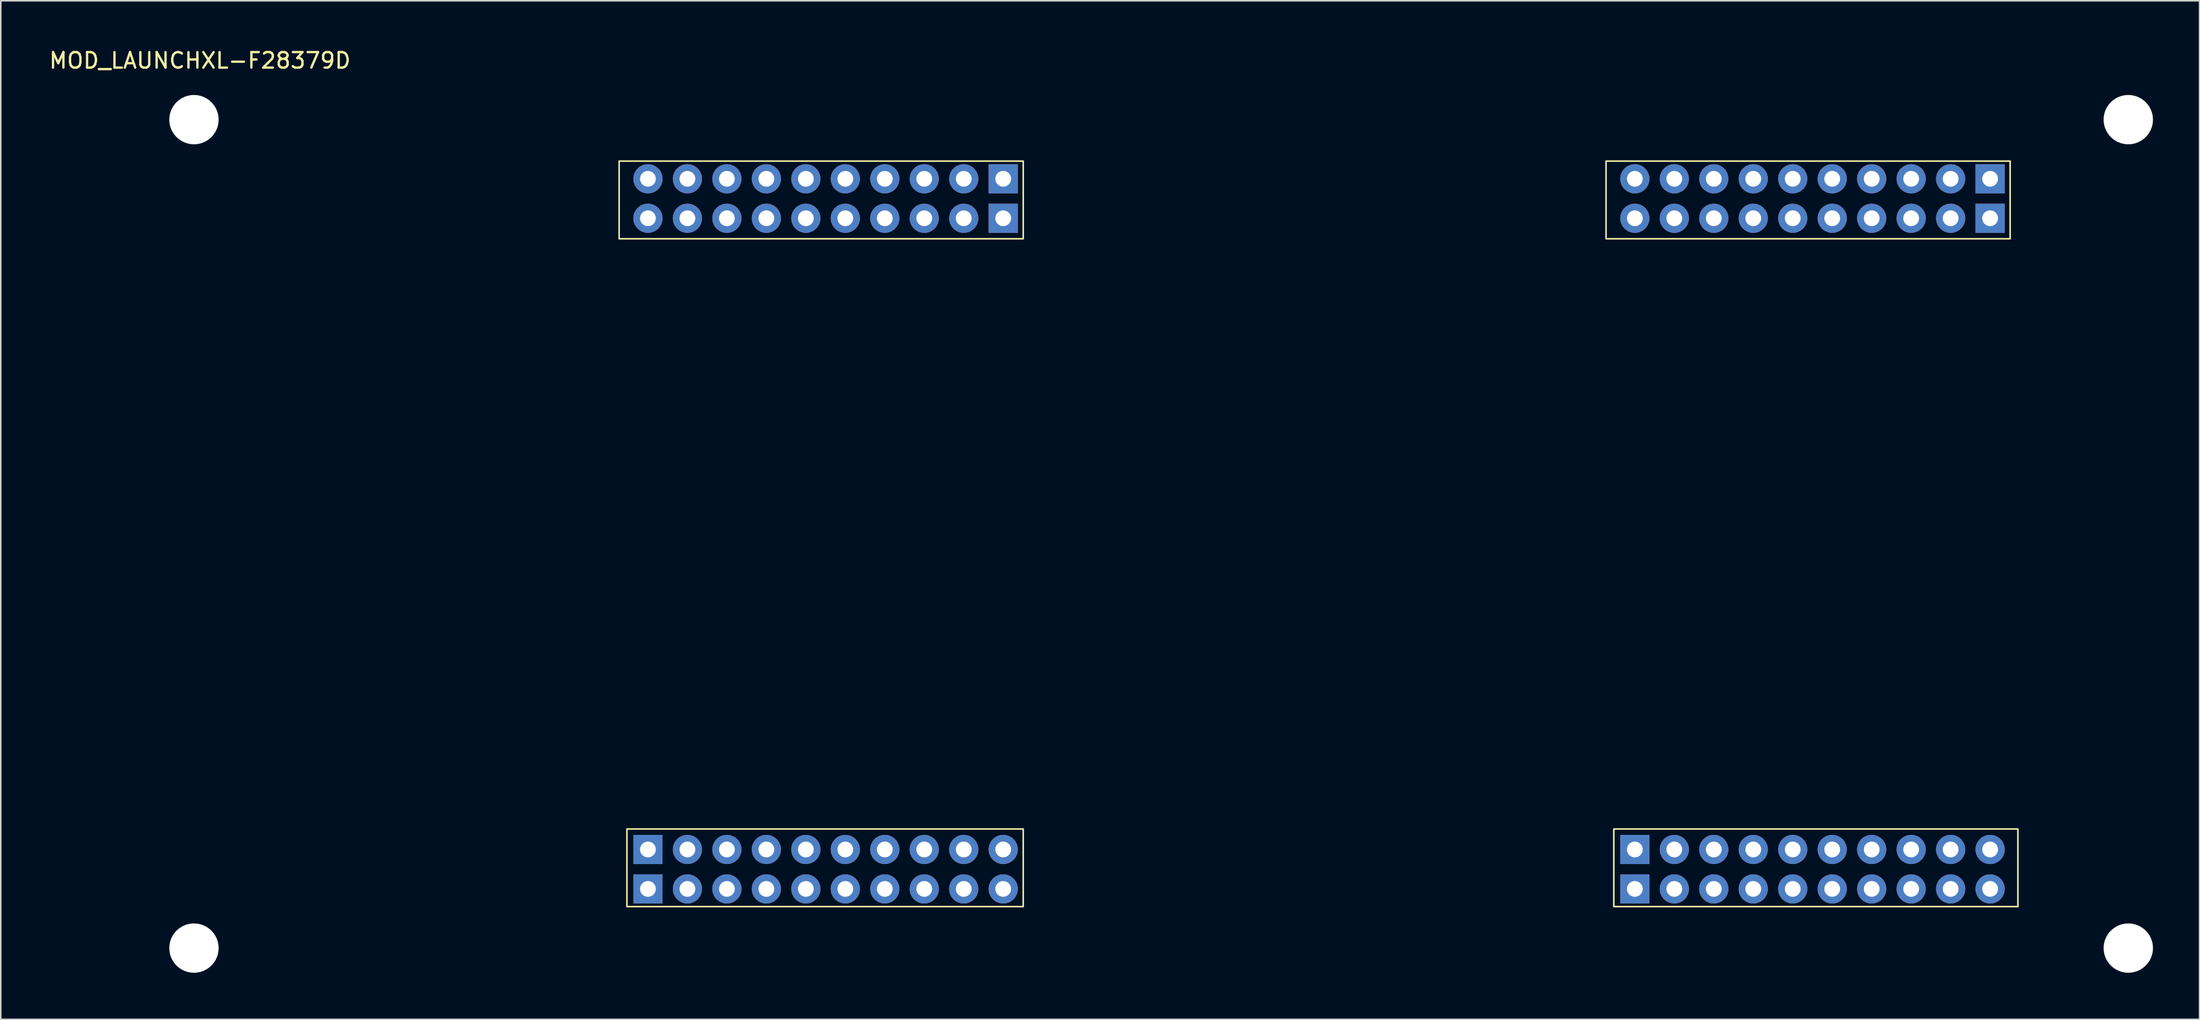
<source format=kicad_pcb>
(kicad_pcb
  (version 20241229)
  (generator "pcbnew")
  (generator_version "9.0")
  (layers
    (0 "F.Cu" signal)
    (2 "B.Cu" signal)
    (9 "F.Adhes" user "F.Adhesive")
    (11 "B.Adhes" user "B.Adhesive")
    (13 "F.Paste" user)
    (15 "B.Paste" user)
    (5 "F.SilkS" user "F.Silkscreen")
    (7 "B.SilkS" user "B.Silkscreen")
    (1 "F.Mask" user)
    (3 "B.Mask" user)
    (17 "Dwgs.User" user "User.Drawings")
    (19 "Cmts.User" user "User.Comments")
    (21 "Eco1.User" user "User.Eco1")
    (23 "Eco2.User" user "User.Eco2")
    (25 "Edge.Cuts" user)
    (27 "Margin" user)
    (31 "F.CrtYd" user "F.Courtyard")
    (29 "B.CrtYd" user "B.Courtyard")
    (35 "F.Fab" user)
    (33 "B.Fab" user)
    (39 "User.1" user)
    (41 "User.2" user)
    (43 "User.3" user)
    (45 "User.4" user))
  (footprint "MOD_LAUNCHXL-F28379D"
    (layer "F.Cu")
    (at 71.787 31.323)
    (property "Reference" "MOD_LAUNCHXL-F28379D" (at -61.972 -30.475 0) (layer "F.SilkS") (effects (font (size 1 1) (thickness 0.15))))
    (attr through_hole)
    (fp_rect (start -35 -24) (end -9 -19) (stroke (width 0.1) (type default)) (fill no) (layer "F.SilkS"))
    (fp_rect (start -34.5 19) (end -9 24) (stroke (width 0.1) (type default)) (fill no) (layer "F.SilkS"))
    (fp_rect (start 28.5 -24) (end 54.5 -19) (stroke (width 0.1) (type default)) (fill no) (layer "F.SilkS"))
    (fp_rect (start 29 19) (end 55 24) (stroke (width 0.1) (type default)) (fill no) (layer "F.SilkS"))
    (pad "" np_thru_hole circle (at -62.357 -26.67) (size 3.175 3.175) (drill 3.175) (layers "*.Cu" "*.Mask"))
    (pad "" np_thru_hole circle (at -62.357 26.67) (size 3.175 3.175) (drill 3.175) (layers "*.Cu" "*.Mask"))
    (pad "" np_thru_hole circle (at 62.103 -26.67) (size 3.175 3.175) (drill 3.175) (layers "*.Cu" "*.Mask"))
    (pad "" np_thru_hole circle (at 62.103 26.67) (size 3.175 3.175) (drill 3.175) (layers "*.Cu" "*.Mask"))
    (pad "J1_1" thru_hole rect (at -33.147 22.86) (size 1.88 1.88) (drill 1.016) (layers "*.Cu" "*.Mask"))
    (pad "J1_2" thru_hole circle (at -30.607 22.86) (size 1.88 1.88) (drill 1.016) (layers "*.Cu" "*.Mask"))
    (pad "J1_3" thru_hole circle (at -28.067 22.86) (size 1.88 1.88) (drill 1.016) (layers "*.Cu" "*.Mask"))
    (pad "J1_4" thru_hole circle (at -25.527 22.86) (size 1.88 1.88) (drill 1.016) (layers "*.Cu" "*.Mask"))
    (pad "J1_5" thru_hole circle (at -22.987 22.86) (size 1.88 1.88) (drill 1.016) (layers "*.Cu" "*.Mask"))
    (pad "J1_6" thru_hole circle (at -20.447 22.86) (size 1.88 1.88) (drill 1.016) (layers "*.Cu" "*.Mask"))
    (pad "J1_7" thru_hole circle (at -17.907 22.86) (size 1.88 1.88) (drill 1.016) (layers "*.Cu" "*.Mask"))
    (pad "J1_8" thru_hole circle (at -15.367 22.86) (size 1.88 1.88) (drill 1.016) (layers "*.Cu" "*.Mask"))
    (pad "J1_9" thru_hole circle (at -12.827 22.86) (size 1.88 1.88) (drill 1.016) (layers "*.Cu" "*.Mask"))
    (pad "J1_10" thru_hole circle (at -10.287 22.86) (size 1.88 1.88) (drill 1.016) (layers "*.Cu" "*.Mask"))
    (pad "J2_1" thru_hole rect (at -10.287 -22.86) (size 1.88 1.88) (drill 1.016) (layers "*.Cu" "*.Mask"))
    (pad "J2_2" thru_hole circle (at -12.827 -22.86) (size 1.88 1.88) (drill 1.016) (layers "*.Cu" "*.Mask"))
    (pad "J2_3" thru_hole circle (at -15.367 -22.86) (size 1.88 1.88) (drill 1.016) (layers "*.Cu" "*.Mask"))
    (pad "J2_4" thru_hole circle (at -17.907 -22.86) (size 1.88 1.88) (drill 1.016) (layers "*.Cu" "*.Mask"))
    (pad "J2_5" thru_hole circle (at -20.447 -22.86) (size 1.88 1.88) (drill 1.016) (layers "*.Cu" "*.Mask"))
    (pad "J2_6" thru_hole circle (at -22.987 -22.86) (size 1.88 1.88) (drill 1.016) (layers "*.Cu" "*.Mask"))
    (pad "J2_7" thru_hole circle (at -25.527 -22.86) (size 1.88 1.88) (drill 1.016) (layers "*.Cu" "*.Mask"))
    (pad "J2_8" thru_hole circle (at -28.067 -22.86) (size 1.88 1.88) (drill 1.016) (layers "*.Cu" "*.Mask"))
    (pad "J2_9" thru_hole circle (at -30.607 -22.86) (size 1.88 1.88) (drill 1.016) (layers "*.Cu" "*.Mask"))
    (pad "J2_10" thru_hole circle (at -33.147 -22.86) (size 1.88 1.88) (drill 1.016) (layers "*.Cu" "*.Mask"))
    (pad "J3_1" thru_hole rect (at -33.147 20.32) (size 1.88 1.88) (drill 1.016) (layers "*.Cu" "*.Mask"))
    (pad "J3_2" thru_hole circle (at -30.607 20.32) (size 1.88 1.88) (drill 1.016) (layers "*.Cu" "*.Mask"))
    (pad "J3_3" thru_hole circle (at -28.067 20.32) (size 1.88 1.88) (drill 1.016) (layers "*.Cu" "*.Mask"))
    (pad "J3_4" thru_hole circle (at -25.527 20.32) (size 1.88 1.88) (drill 1.016) (layers "*.Cu" "*.Mask"))
    (pad "J3_5" thru_hole circle (at -22.987 20.32) (size 1.88 1.88) (drill 1.016) (layers "*.Cu" "*.Mask"))
    (pad "J3_6" thru_hole circle (at -20.447 20.32) (size 1.88 1.88) (drill 1.016) (layers "*.Cu" "*.Mask"))
    (pad "J3_7" thru_hole circle (at -17.907 20.32) (size 1.88 1.88) (drill 1.016) (layers "*.Cu" "*.Mask"))
    (pad "J3_8" thru_hole circle (at -15.367 20.32) (size 1.88 1.88) (drill 1.016) (layers "*.Cu" "*.Mask"))
    (pad "J3_9" thru_hole circle (at -12.827 20.32) (size 1.88 1.88) (drill 1.016) (layers "*.Cu" "*.Mask"))
    (pad "J3_10" thru_hole circle (at -10.287 20.32) (size 1.88 1.88) (drill 1.016) (layers "*.Cu" "*.Mask"))
    (pad "J4_1" thru_hole rect (at -10.287 -20.32) (size 1.88 1.88) (drill 1.016) (layers "*.Cu" "*.Mask"))
    (pad "J4_2" thru_hole circle (at -12.827 -20.32) (size 1.88 1.88) (drill 1.016) (layers "*.Cu" "*.Mask"))
    (pad "J4_3" thru_hole circle (at -15.367 -20.32) (size 1.88 1.88) (drill 1.016) (layers "*.Cu" "*.Mask"))
    (pad "J4_4" thru_hole circle (at -17.907 -20.32) (size 1.88 1.88) (drill 1.016) (layers "*.Cu" "*.Mask"))
    (pad "J4_5" thru_hole circle (at -20.447 -20.32) (size 1.88 1.88) (drill 1.016) (layers "*.Cu" "*.Mask"))
    (pad "J4_6" thru_hole circle (at -22.987 -20.32) (size 1.88 1.88) (drill 1.016) (layers "*.Cu" "*.Mask"))
    (pad "J4_7" thru_hole circle (at -25.527 -20.32) (size 1.88 1.88) (drill 1.016) (layers "*.Cu" "*.Mask"))
    (pad "J4_8" thru_hole circle (at -28.067 -20.32) (size 1.88 1.88) (drill 1.016) (layers "*.Cu" "*.Mask"))
    (pad "J4_9" thru_hole circle (at -30.607 -20.32) (size 1.88 1.88) (drill 1.016) (layers "*.Cu" "*.Mask"))
    (pad "J4_10" thru_hole circle (at -33.147 -20.32) (size 1.88 1.88) (drill 1.016) (layers "*.Cu" "*.Mask"))
    (pad "J5_1" thru_hole rect (at 30.353 22.86) (size 1.88 1.88) (drill 1.016) (layers "*.Cu" "*.Mask"))
    (pad "J5_2" thru_hole circle (at 32.893 22.86) (size 1.88 1.88) (drill 1.016) (layers "*.Cu" "*.Mask"))
    (pad "J5_3" thru_hole circle (at 35.433 22.86) (size 1.88 1.88) (drill 1.016) (layers "*.Cu" "*.Mask"))
    (pad "J5_4" thru_hole circle (at 37.973 22.86) (size 1.88 1.88) (drill 1.016) (layers "*.Cu" "*.Mask"))
    (pad "J5_5" thru_hole circle (at 40.513 22.86) (size 1.88 1.88) (drill 1.016) (layers "*.Cu" "*.Mask"))
    (pad "J5_6" thru_hole circle (at 43.053 22.86) (size 1.88 1.88) (drill 1.016) (layers "*.Cu" "*.Mask"))
    (pad "J5_7" thru_hole circle (at 45.593 22.86) (size 1.88 1.88) (drill 1.016) (layers "*.Cu" "*.Mask"))
    (pad "J5_8" thru_hole circle (at 48.133 22.86) (size 1.88 1.88) (drill 1.016) (layers "*.Cu" "*.Mask"))
    (pad "J5_9" thru_hole circle (at 50.673 22.86) (size 1.88 1.88) (drill 1.016) (layers "*.Cu" "*.Mask"))
    (pad "J5_10" thru_hole circle (at 53.213 22.86) (size 1.88 1.88) (drill 1.016) (layers "*.Cu" "*.Mask"))
    (pad "J6_1" thru_hole rect (at 53.213 -22.86) (size 1.88 1.88) (drill 1.016) (layers "*.Cu" "*.Mask"))
    (pad "J6_2" thru_hole circle (at 50.673 -22.86) (size 1.88 1.88) (drill 1.016) (layers "*.Cu" "*.Mask"))
    (pad "J6_3" thru_hole circle (at 48.133 -22.86) (size 1.88 1.88) (drill 1.016) (layers "*.Cu" "*.Mask"))
    (pad "J6_4" thru_hole circle (at 45.593 -22.86) (size 1.88 1.88) (drill 1.016) (layers "*.Cu" "*.Mask"))
    (pad "J6_5" thru_hole circle (at 43.053 -22.86) (size 1.88 1.88) (drill 1.016) (layers "*.Cu" "*.Mask"))
    (pad "J6_6" thru_hole circle (at 40.513 -22.86) (size 1.88 1.88) (drill 1.016) (layers "*.Cu" "*.Mask"))
    (pad "J6_7" thru_hole circle (at 37.973 -22.86) (size 1.88 1.88) (drill 1.016) (layers "*.Cu" "*.Mask"))
    (pad "J6_8" thru_hole circle (at 35.433 -22.86) (size 1.88 1.88) (drill 1.016) (layers "*.Cu" "*.Mask"))
    (pad "J6_9" thru_hole circle (at 32.893 -22.86) (size 1.88 1.88) (drill 1.016) (layers "*.Cu" "*.Mask"))
    (pad "J6_10" thru_hole circle (at 30.353 -22.86) (size 1.88 1.88) (drill 1.016) (layers "*.Cu" "*.Mask"))
    (pad "J7_1" thru_hole rect (at 30.353 20.32) (size 1.88 1.88) (drill 1.016) (layers "*.Cu" "*.Mask"))
    (pad "J7_2" thru_hole circle (at 32.893 20.32) (size 1.88 1.88) (drill 1.016) (layers "*.Cu" "*.Mask"))
    (pad "J7_3" thru_hole circle (at 35.433 20.32) (size 1.88 1.88) (drill 1.016) (layers "*.Cu" "*.Mask"))
    (pad "J7_4" thru_hole circle (at 37.973 20.32) (size 1.88 1.88) (drill 1.016) (layers "*.Cu" "*.Mask"))
    (pad "J7_5" thru_hole circle (at 40.513 20.32) (size 1.88 1.88) (drill 1.016) (layers "*.Cu" "*.Mask"))
    (pad "J7_6" thru_hole circle (at 43.053 20.32) (size 1.88 1.88) (drill 1.016) (layers "*.Cu" "*.Mask"))
    (pad "J7_7" thru_hole circle (at 45.593 20.32) (size 1.88 1.88) (drill 1.016) (layers "*.Cu" "*.Mask"))
    (pad "J7_8" thru_hole circle (at 48.133 20.32) (size 1.88 1.88) (drill 1.016) (layers "*.Cu" "*.Mask"))
    (pad "J7_9" thru_hole circle (at 50.673 20.32) (size 1.88 1.88) (drill 1.016) (layers "*.Cu" "*.Mask"))
    (pad "J7_10" thru_hole circle (at 53.213 20.32) (size 1.88 1.88) (drill 1.016) (layers "*.Cu" "*.Mask"))
    (pad "J8_1" thru_hole rect (at 53.213 -20.32) (size 1.88 1.88) (drill 1.016) (layers "*.Cu" "*.Mask"))
    (pad "J8_2" thru_hole circle (at 50.673 -20.32) (size 1.88 1.88) (drill 1.016) (layers "*.Cu" "*.Mask"))
    (pad "J8_3" thru_hole circle (at 48.133 -20.32) (size 1.88 1.88) (drill 1.016) (layers "*.Cu" "*.Mask"))
    (pad "J8_4" thru_hole circle (at 45.593 -20.32) (size 1.88 1.88) (drill 1.016) (layers "*.Cu" "*.Mask"))
    (pad "J8_5" thru_hole circle (at 43.053 -20.32) (size 1.88 1.88) (drill 1.016) (layers "*.Cu" "*.Mask"))
    (pad "J8_6" thru_hole circle (at 40.513 -20.32) (size 1.88 1.88) (drill 1.016) (layers "*.Cu" "*.Mask"))
    (pad "J8_7" thru_hole circle (at 37.973 -20.32) (size 1.88 1.88) (drill 1.016) (layers "*.Cu" "*.Mask"))
    (pad "J8_8" thru_hole circle (at 35.433 -20.32) (size 1.88 1.88) (drill 1.016) (layers "*.Cu" "*.Mask"))
    (pad "J8_9" thru_hole circle (at 32.893 -20.32) (size 1.88 1.88) (drill 1.016) (layers "*.Cu" "*.Mask"))
    (pad "J8_10" thru_hole circle (at 30.353 -20.32) (size 1.88 1.88) (drill 1.016) (layers "*.Cu" "*.Mask")))
  (gr_rect
    (start -3 -3)
    (end 138.478 62.581)
    (stroke (width 0.1) (type default))
    (fill no)
    (layer "Edge.Cuts")))
</source>
